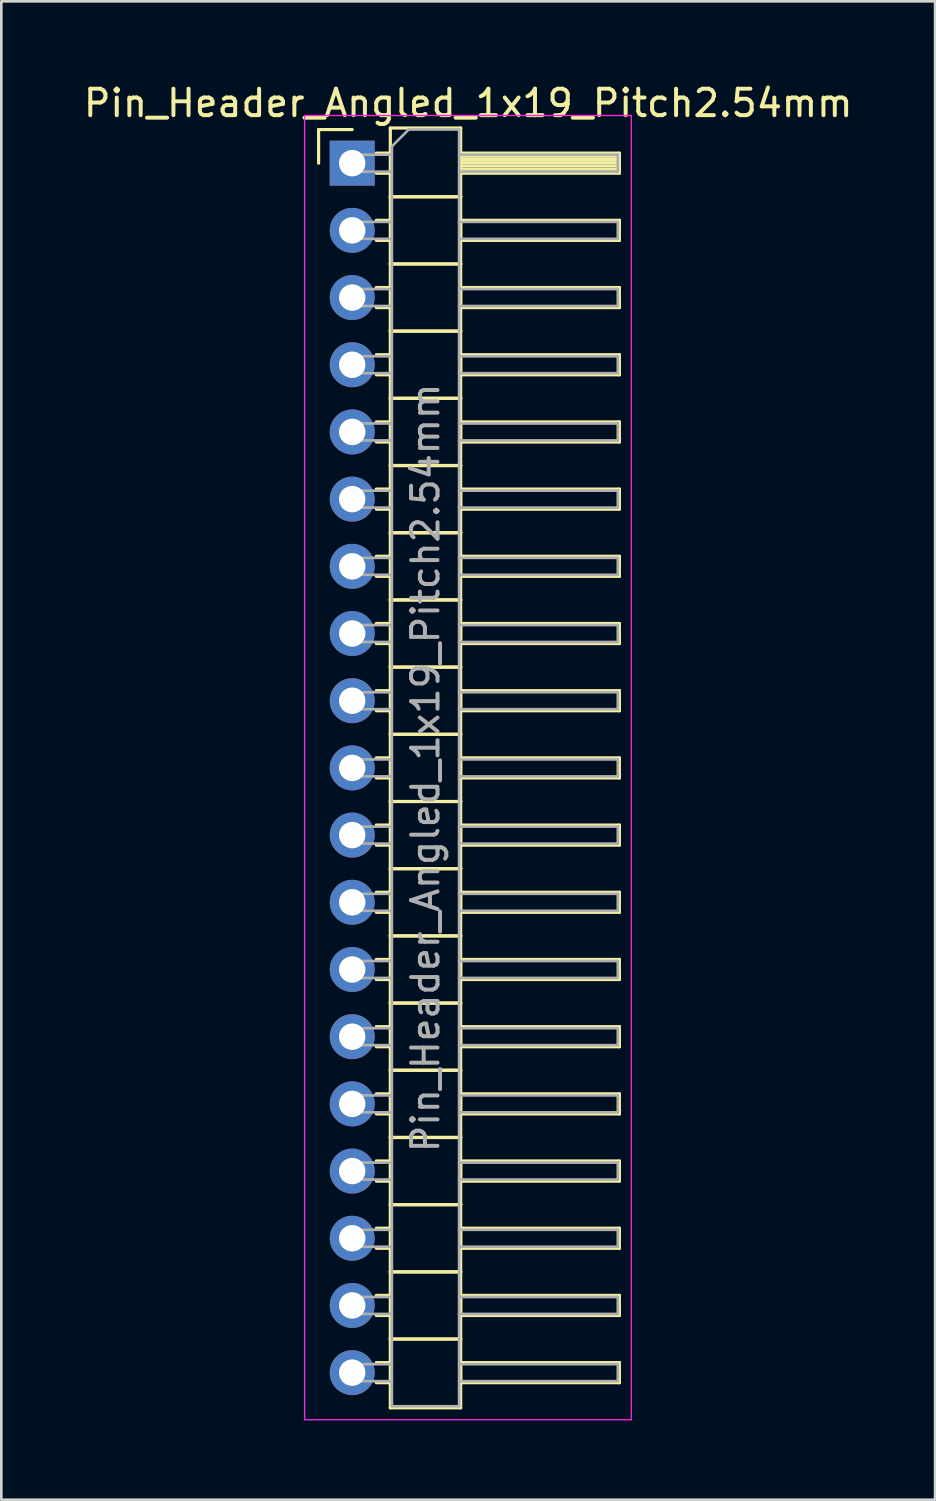
<source format=kicad_pcb>
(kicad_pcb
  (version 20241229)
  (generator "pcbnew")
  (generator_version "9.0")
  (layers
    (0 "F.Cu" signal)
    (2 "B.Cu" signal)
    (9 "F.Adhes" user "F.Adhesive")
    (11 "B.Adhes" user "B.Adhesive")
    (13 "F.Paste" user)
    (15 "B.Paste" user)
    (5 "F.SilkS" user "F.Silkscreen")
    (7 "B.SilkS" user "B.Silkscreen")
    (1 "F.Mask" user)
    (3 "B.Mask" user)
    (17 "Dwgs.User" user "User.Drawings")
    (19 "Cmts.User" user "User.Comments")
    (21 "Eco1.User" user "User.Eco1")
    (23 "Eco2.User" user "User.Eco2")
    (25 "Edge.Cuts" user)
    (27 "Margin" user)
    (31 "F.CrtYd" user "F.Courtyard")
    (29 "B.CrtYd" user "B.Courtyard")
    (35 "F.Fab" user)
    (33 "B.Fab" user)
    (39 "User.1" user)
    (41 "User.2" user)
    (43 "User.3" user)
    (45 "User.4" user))
  (footprint "Pin_Header_Angled_1x19_Pitch2.54mm"
    (layer "F.Cu")
    (at 10.264 3.118)
    (property "Reference" "Pin_Header_Angled_1x19_Pitch2.54mm" (at 4.385 -2.27 0) (layer "F.SilkS") (effects (font (size 1 1) (thickness 0.15))))
    (attr through_hole)
    (fp_line (start -1.27 -1.27) (end 0 -1.27) (stroke (width 0.12) (type solid)) (layer "F.SilkS"))
    (fp_line (start -1.27 0) (end -1.27 -1.27) (stroke (width 0.12) (type solid)) (layer "F.SilkS"))
    (fp_line (start 0.91 -0.38) (end 1.44 -0.38) (stroke (width 0.12) (type solid)) (layer "F.SilkS"))
    (fp_line (start 0.91 0.38) (end 1.44 0.38) (stroke (width 0.12) (type solid)) (layer "F.SilkS"))
    (fp_line (start 0.91 2.16) (end 1.44 2.16) (stroke (width 0.12) (type solid)) (layer "F.SilkS"))
    (fp_line (start 0.91 2.92) (end 1.44 2.92) (stroke (width 0.12) (type solid)) (layer "F.SilkS"))
    (fp_line (start 0.91 4.7) (end 1.44 4.7) (stroke (width 0.12) (type solid)) (layer "F.SilkS"))
    (fp_line (start 0.91 5.46) (end 1.44 5.46) (stroke (width 0.12) (type solid)) (layer "F.SilkS"))
    (fp_line (start 0.91 7.24) (end 1.44 7.24) (stroke (width 0.12) (type solid)) (layer "F.SilkS"))
    (fp_line (start 0.91 8) (end 1.44 8) (stroke (width 0.12) (type solid)) (layer "F.SilkS"))
    (fp_line (start 0.91 9.78) (end 1.44 9.78) (stroke (width 0.12) (type solid)) (layer "F.SilkS"))
    (fp_line (start 0.91 10.54) (end 1.44 10.54) (stroke (width 0.12) (type solid)) (layer "F.SilkS"))
    (fp_line (start 0.91 12.32) (end 1.44 12.32) (stroke (width 0.12) (type solid)) (layer "F.SilkS"))
    (fp_line (start 0.91 13.08) (end 1.44 13.08) (stroke (width 0.12) (type solid)) (layer "F.SilkS"))
    (fp_line (start 0.91 14.86) (end 1.44 14.86) (stroke (width 0.12) (type solid)) (layer "F.SilkS"))
    (fp_line (start 0.91 15.62) (end 1.44 15.62) (stroke (width 0.12) (type solid)) (layer "F.SilkS"))
    (fp_line (start 0.91 17.4) (end 1.44 17.4) (stroke (width 0.12) (type solid)) (layer "F.SilkS"))
    (fp_line (start 0.91 18.16) (end 1.44 18.16) (stroke (width 0.12) (type solid)) (layer "F.SilkS"))
    (fp_line (start 0.91 19.94) (end 1.44 19.94) (stroke (width 0.12) (type solid)) (layer "F.SilkS"))
    (fp_line (start 0.91 20.7) (end 1.44 20.7) (stroke (width 0.12) (type solid)) (layer "F.SilkS"))
    (fp_line (start 0.91 22.48) (end 1.44 22.48) (stroke (width 0.12) (type solid)) (layer "F.SilkS"))
    (fp_line (start 0.91 23.24) (end 1.44 23.24) (stroke (width 0.12) (type solid)) (layer "F.SilkS"))
    (fp_line (start 0.91 25.02) (end 1.44 25.02) (stroke (width 0.12) (type solid)) (layer "F.SilkS"))
    (fp_line (start 0.91 25.78) (end 1.44 25.78) (stroke (width 0.12) (type solid)) (layer "F.SilkS"))
    (fp_line (start 0.91 27.56) (end 1.44 27.56) (stroke (width 0.12) (type solid)) (layer "F.SilkS"))
    (fp_line (start 0.91 28.32) (end 1.44 28.32) (stroke (width 0.12) (type solid)) (layer "F.SilkS"))
    (fp_line (start 0.91 30.1) (end 1.44 30.1) (stroke (width 0.12) (type solid)) (layer "F.SilkS"))
    (fp_line (start 0.91 30.86) (end 1.44 30.86) (stroke (width 0.12) (type solid)) (layer "F.SilkS"))
    (fp_line (start 0.91 32.64) (end 1.44 32.64) (stroke (width 0.12) (type solid)) (layer "F.SilkS"))
    (fp_line (start 0.91 33.4) (end 1.44 33.4) (stroke (width 0.12) (type solid)) (layer "F.SilkS"))
    (fp_line (start 0.91 35.18) (end 1.44 35.18) (stroke (width 0.12) (type solid)) (layer "F.SilkS"))
    (fp_line (start 0.91 35.94) (end 1.44 35.94) (stroke (width 0.12) (type solid)) (layer "F.SilkS"))
    (fp_line (start 0.91 37.72) (end 1.44 37.72) (stroke (width 0.12) (type solid)) (layer "F.SilkS"))
    (fp_line (start 0.91 38.48) (end 1.44 38.48) (stroke (width 0.12) (type solid)) (layer "F.SilkS"))
    (fp_line (start 0.91 40.26) (end 1.44 40.26) (stroke (width 0.12) (type solid)) (layer "F.SilkS"))
    (fp_line (start 0.91 41.02) (end 1.44 41.02) (stroke (width 0.12) (type solid)) (layer "F.SilkS"))
    (fp_line (start 0.91 42.8) (end 1.44 42.8) (stroke (width 0.12) (type solid)) (layer "F.SilkS"))
    (fp_line (start 0.91 43.56) (end 1.44 43.56) (stroke (width 0.12) (type solid)) (layer "F.SilkS"))
    (fp_line (start 0.91 45.34) (end 1.44 45.34) (stroke (width 0.12) (type solid)) (layer "F.SilkS"))
    (fp_line (start 0.91 46.1) (end 1.44 46.1) (stroke (width 0.12) (type solid)) (layer "F.SilkS"))
    (fp_line (start 1.44 -1.33) (end 1.44 1.27) (stroke (width 0.12) (type solid)) (layer "F.SilkS"))
    (fp_line (start 1.44 1.27) (end 1.44 3.81) (stroke (width 0.12) (type solid)) (layer "F.SilkS"))
    (fp_line (start 1.44 1.27) (end 4.1 1.27) (stroke (width 0.12) (type solid)) (layer "F.SilkS"))
    (fp_line (start 1.44 3.81) (end 1.44 6.35) (stroke (width 0.12) (type solid)) (layer "F.SilkS"))
    (fp_line (start 1.44 3.81) (end 4.1 3.81) (stroke (width 0.12) (type solid)) (layer "F.SilkS"))
    (fp_line (start 1.44 6.35) (end 1.44 8.89) (stroke (width 0.12) (type solid)) (layer "F.SilkS"))
    (fp_line (start 1.44 6.35) (end 4.1 6.35) (stroke (width 0.12) (type solid)) (layer "F.SilkS"))
    (fp_line (start 1.44 8.89) (end 1.44 11.43) (stroke (width 0.12) (type solid)) (layer "F.SilkS"))
    (fp_line (start 1.44 8.89) (end 4.1 8.89) (stroke (width 0.12) (type solid)) (layer "F.SilkS"))
    (fp_line (start 1.44 11.43) (end 1.44 13.97) (stroke (width 0.12) (type solid)) (layer "F.SilkS"))
    (fp_line (start 1.44 11.43) (end 4.1 11.43) (stroke (width 0.12) (type solid)) (layer "F.SilkS"))
    (fp_line (start 1.44 13.97) (end 1.44 16.51) (stroke (width 0.12) (type solid)) (layer "F.SilkS"))
    (fp_line (start 1.44 13.97) (end 4.1 13.97) (stroke (width 0.12) (type solid)) (layer "F.SilkS"))
    (fp_line (start 1.44 16.51) (end 1.44 19.05) (stroke (width 0.12) (type solid)) (layer "F.SilkS"))
    (fp_line (start 1.44 16.51) (end 4.1 16.51) (stroke (width 0.12) (type solid)) (layer "F.SilkS"))
    (fp_line (start 1.44 19.05) (end 1.44 21.59) (stroke (width 0.12) (type solid)) (layer "F.SilkS"))
    (fp_line (start 1.44 19.05) (end 4.1 19.05) (stroke (width 0.12) (type solid)) (layer "F.SilkS"))
    (fp_line (start 1.44 21.59) (end 1.44 24.13) (stroke (width 0.12) (type solid)) (layer "F.SilkS"))
    (fp_line (start 1.44 21.59) (end 4.1 21.59) (stroke (width 0.12) (type solid)) (layer "F.SilkS"))
    (fp_line (start 1.44 24.13) (end 1.44 26.67) (stroke (width 0.12) (type solid)) (layer "F.SilkS"))
    (fp_line (start 1.44 24.13) (end 4.1 24.13) (stroke (width 0.12) (type solid)) (layer "F.SilkS"))
    (fp_line (start 1.44 26.67) (end 1.44 29.21) (stroke (width 0.12) (type solid)) (layer "F.SilkS"))
    (fp_line (start 1.44 26.67) (end 4.1 26.67) (stroke (width 0.12) (type solid)) (layer "F.SilkS"))
    (fp_line (start 1.44 29.21) (end 1.44 31.75) (stroke (width 0.12) (type solid)) (layer "F.SilkS"))
    (fp_line (start 1.44 29.21) (end 4.1 29.21) (stroke (width 0.12) (type solid)) (layer "F.SilkS"))
    (fp_line (start 1.44 31.75) (end 1.44 34.29) (stroke (width 0.12) (type solid)) (layer "F.SilkS"))
    (fp_line (start 1.44 31.75) (end 4.1 31.75) (stroke (width 0.12) (type solid)) (layer "F.SilkS"))
    (fp_line (start 1.44 34.29) (end 1.44 36.83) (stroke (width 0.12) (type solid)) (layer "F.SilkS"))
    (fp_line (start 1.44 34.29) (end 4.1 34.29) (stroke (width 0.12) (type solid)) (layer "F.SilkS"))
    (fp_line (start 1.44 36.83) (end 1.44 39.37) (stroke (width 0.12) (type solid)) (layer "F.SilkS"))
    (fp_line (start 1.44 36.83) (end 4.1 36.83) (stroke (width 0.12) (type solid)) (layer "F.SilkS"))
    (fp_line (start 1.44 39.37) (end 1.44 41.91) (stroke (width 0.12) (type solid)) (layer "F.SilkS"))
    (fp_line (start 1.44 39.37) (end 4.1 39.37) (stroke (width 0.12) (type solid)) (layer "F.SilkS"))
    (fp_line (start 1.44 41.91) (end 1.44 44.45) (stroke (width 0.12) (type solid)) (layer "F.SilkS"))
    (fp_line (start 1.44 41.91) (end 4.1 41.91) (stroke (width 0.12) (type solid)) (layer "F.SilkS"))
    (fp_line (start 1.44 44.45) (end 1.44 47.05) (stroke (width 0.12) (type solid)) (layer "F.SilkS"))
    (fp_line (start 1.44 44.45) (end 4.1 44.45) (stroke (width 0.12) (type solid)) (layer "F.SilkS"))
    (fp_line (start 1.44 47.05) (end 4.1 47.05) (stroke (width 0.12) (type solid)) (layer "F.SilkS"))
    (fp_line (start 4.1 -1.33) (end 1.44 -1.33) (stroke (width 0.12) (type solid)) (layer "F.SilkS"))
    (fp_line (start 4.1 -0.38) (end 4.1 0.38) (stroke (width 0.12) (type solid)) (layer "F.SilkS"))
    (fp_line (start 4.1 -0.26) (end 10.1 -0.26) (stroke (width 0.12) (type solid)) (layer "F.SilkS"))
    (fp_line (start 4.1 -0.14) (end 10.1 -0.14) (stroke (width 0.12) (type solid)) (layer "F.SilkS"))
    (fp_line (start 4.1 -0.02) (end 10.1 -0.02) (stroke (width 0.12) (type solid)) (layer "F.SilkS"))
    (fp_line (start 4.1 0.1) (end 10.1 0.1) (stroke (width 0.12) (type solid)) (layer "F.SilkS"))
    (fp_line (start 4.1 0.22) (end 10.1 0.22) (stroke (width 0.12) (type solid)) (layer "F.SilkS"))
    (fp_line (start 4.1 0.34) (end 10.1 0.34) (stroke (width 0.12) (type solid)) (layer "F.SilkS"))
    (fp_line (start 4.1 0.38) (end 10.1 0.38) (stroke (width 0.12) (type solid)) (layer "F.SilkS"))
    (fp_line (start 4.1 1.27) (end 1.44 1.27) (stroke (width 0.12) (type solid)) (layer "F.SilkS"))
    (fp_line (start 4.1 1.27) (end 4.1 -1.33) (stroke (width 0.12) (type solid)) (layer "F.SilkS"))
    (fp_line (start 4.1 2.16) (end 4.1 2.92) (stroke (width 0.12) (type solid)) (layer "F.SilkS"))
    (fp_line (start 4.1 2.92) (end 10.1 2.92) (stroke (width 0.12) (type solid)) (layer "F.SilkS"))
    (fp_line (start 4.1 3.81) (end 1.44 3.81) (stroke (width 0.12) (type solid)) (layer "F.SilkS"))
    (fp_line (start 4.1 3.81) (end 4.1 1.27) (stroke (width 0.12) (type solid)) (layer "F.SilkS"))
    (fp_line (start 4.1 4.7) (end 4.1 5.46) (stroke (width 0.12) (type solid)) (layer "F.SilkS"))
    (fp_line (start 4.1 5.46) (end 10.1 5.46) (stroke (width 0.12) (type solid)) (layer "F.SilkS"))
    (fp_line (start 4.1 6.35) (end 1.44 6.35) (stroke (width 0.12) (type solid)) (layer "F.SilkS"))
    (fp_line (start 4.1 6.35) (end 4.1 3.81) (stroke (width 0.12) (type solid)) (layer "F.SilkS"))
    (fp_line (start 4.1 7.24) (end 4.1 8) (stroke (width 0.12) (type solid)) (layer "F.SilkS"))
    (fp_line (start 4.1 8) (end 10.1 8) (stroke (width 0.12) (type solid)) (layer "F.SilkS"))
    (fp_line (start 4.1 8.89) (end 1.44 8.89) (stroke (width 0.12) (type solid)) (layer "F.SilkS"))
    (fp_line (start 4.1 8.89) (end 4.1 6.35) (stroke (width 0.12) (type solid)) (layer "F.SilkS"))
    (fp_line (start 4.1 9.78) (end 4.1 10.54) (stroke (width 0.12) (type solid)) (layer "F.SilkS"))
    (fp_line (start 4.1 10.54) (end 10.1 10.54) (stroke (width 0.12) (type solid)) (layer "F.SilkS"))
    (fp_line (start 4.1 11.43) (end 1.44 11.43) (stroke (width 0.12) (type solid)) (layer "F.SilkS"))
    (fp_line (start 4.1 11.43) (end 4.1 8.89) (stroke (width 0.12) (type solid)) (layer "F.SilkS"))
    (fp_line (start 4.1 12.32) (end 4.1 13.08) (stroke (width 0.12) (type solid)) (layer "F.SilkS"))
    (fp_line (start 4.1 13.08) (end 10.1 13.08) (stroke (width 0.12) (type solid)) (layer "F.SilkS"))
    (fp_line (start 4.1 13.97) (end 1.44 13.97) (stroke (width 0.12) (type solid)) (layer "F.SilkS"))
    (fp_line (start 4.1 13.97) (end 4.1 11.43) (stroke (width 0.12) (type solid)) (layer "F.SilkS"))
    (fp_line (start 4.1 14.86) (end 4.1 15.62) (stroke (width 0.12) (type solid)) (layer "F.SilkS"))
    (fp_line (start 4.1 15.62) (end 10.1 15.62) (stroke (width 0.12) (type solid)) (layer "F.SilkS"))
    (fp_line (start 4.1 16.51) (end 1.44 16.51) (stroke (width 0.12) (type solid)) (layer "F.SilkS"))
    (fp_line (start 4.1 16.51) (end 4.1 13.97) (stroke (width 0.12) (type solid)) (layer "F.SilkS"))
    (fp_line (start 4.1 17.4) (end 4.1 18.16) (stroke (width 0.12) (type solid)) (layer "F.SilkS"))
    (fp_line (start 4.1 18.16) (end 10.1 18.16) (stroke (width 0.12) (type solid)) (layer "F.SilkS"))
    (fp_line (start 4.1 19.05) (end 1.44 19.05) (stroke (width 0.12) (type solid)) (layer "F.SilkS"))
    (fp_line (start 4.1 19.05) (end 4.1 16.51) (stroke (width 0.12) (type solid)) (layer "F.SilkS"))
    (fp_line (start 4.1 19.94) (end 4.1 20.7) (stroke (width 0.12) (type solid)) (layer "F.SilkS"))
    (fp_line (start 4.1 20.7) (end 10.1 20.7) (stroke (width 0.12) (type solid)) (layer "F.SilkS"))
    (fp_line (start 4.1 21.59) (end 1.44 21.59) (stroke (width 0.12) (type solid)) (layer "F.SilkS"))
    (fp_line (start 4.1 21.59) (end 4.1 19.05) (stroke (width 0.12) (type solid)) (layer "F.SilkS"))
    (fp_line (start 4.1 22.48) (end 4.1 23.24) (stroke (width 0.12) (type solid)) (layer "F.SilkS"))
    (fp_line (start 4.1 23.24) (end 10.1 23.24) (stroke (width 0.12) (type solid)) (layer "F.SilkS"))
    (fp_line (start 4.1 24.13) (end 1.44 24.13) (stroke (width 0.12) (type solid)) (layer "F.SilkS"))
    (fp_line (start 4.1 24.13) (end 4.1 21.59) (stroke (width 0.12) (type solid)) (layer "F.SilkS"))
    (fp_line (start 4.1 25.02) (end 4.1 25.78) (stroke (width 0.12) (type solid)) (layer "F.SilkS"))
    (fp_line (start 4.1 25.78) (end 10.1 25.78) (stroke (width 0.12) (type solid)) (layer "F.SilkS"))
    (fp_line (start 4.1 26.67) (end 1.44 26.67) (stroke (width 0.12) (type solid)) (layer "F.SilkS"))
    (fp_line (start 4.1 26.67) (end 4.1 24.13) (stroke (width 0.12) (type solid)) (layer "F.SilkS"))
    (fp_line (start 4.1 27.56) (end 4.1 28.32) (stroke (width 0.12) (type solid)) (layer "F.SilkS"))
    (fp_line (start 4.1 28.32) (end 10.1 28.32) (stroke (width 0.12) (type solid)) (layer "F.SilkS"))
    (fp_line (start 4.1 29.21) (end 1.44 29.21) (stroke (width 0.12) (type solid)) (layer "F.SilkS"))
    (fp_line (start 4.1 29.21) (end 4.1 26.67) (stroke (width 0.12) (type solid)) (layer "F.SilkS"))
    (fp_line (start 4.1 30.1) (end 4.1 30.86) (stroke (width 0.12) (type solid)) (layer "F.SilkS"))
    (fp_line (start 4.1 30.86) (end 10.1 30.86) (stroke (width 0.12) (type solid)) (layer "F.SilkS"))
    (fp_line (start 4.1 31.75) (end 1.44 31.75) (stroke (width 0.12) (type solid)) (layer "F.SilkS"))
    (fp_line (start 4.1 31.75) (end 4.1 29.21) (stroke (width 0.12) (type solid)) (layer "F.SilkS"))
    (fp_line (start 4.1 32.64) (end 4.1 33.4) (stroke (width 0.12) (type solid)) (layer "F.SilkS"))
    (fp_line (start 4.1 33.4) (end 10.1 33.4) (stroke (width 0.12) (type solid)) (layer "F.SilkS"))
    (fp_line (start 4.1 34.29) (end 1.44 34.29) (stroke (width 0.12) (type solid)) (layer "F.SilkS"))
    (fp_line (start 4.1 34.29) (end 4.1 31.75) (stroke (width 0.12) (type solid)) (layer "F.SilkS"))
    (fp_line (start 4.1 35.18) (end 4.1 35.94) (stroke (width 0.12) (type solid)) (layer "F.SilkS"))
    (fp_line (start 4.1 35.94) (end 10.1 35.94) (stroke (width 0.12) (type solid)) (layer "F.SilkS"))
    (fp_line (start 4.1 36.83) (end 1.44 36.83) (stroke (width 0.12) (type solid)) (layer "F.SilkS"))
    (fp_line (start 4.1 36.83) (end 4.1 34.29) (stroke (width 0.12) (type solid)) (layer "F.SilkS"))
    (fp_line (start 4.1 37.72) (end 4.1 38.48) (stroke (width 0.12) (type solid)) (layer "F.SilkS"))
    (fp_line (start 4.1 38.48) (end 10.1 38.48) (stroke (width 0.12) (type solid)) (layer "F.SilkS"))
    (fp_line (start 4.1 39.37) (end 1.44 39.37) (stroke (width 0.12) (type solid)) (layer "F.SilkS"))
    (fp_line (start 4.1 39.37) (end 4.1 36.83) (stroke (width 0.12) (type solid)) (layer "F.SilkS"))
    (fp_line (start 4.1 40.26) (end 4.1 41.02) (stroke (width 0.12) (type solid)) (layer "F.SilkS"))
    (fp_line (start 4.1 41.02) (end 10.1 41.02) (stroke (width 0.12) (type solid)) (layer "F.SilkS"))
    (fp_line (start 4.1 41.91) (end 1.44 41.91) (stroke (width 0.12) (type solid)) (layer "F.SilkS"))
    (fp_line (start 4.1 41.91) (end 4.1 39.37) (stroke (width 0.12) (type solid)) (layer "F.SilkS"))
    (fp_line (start 4.1 42.8) (end 4.1 43.56) (stroke (width 0.12) (type solid)) (layer "F.SilkS"))
    (fp_line (start 4.1 43.56) (end 10.1 43.56) (stroke (width 0.12) (type solid)) (layer "F.SilkS"))
    (fp_line (start 4.1 44.45) (end 1.44 44.45) (stroke (width 0.12) (type solid)) (layer "F.SilkS"))
    (fp_line (start 4.1 44.45) (end 4.1 41.91) (stroke (width 0.12) (type solid)) (layer "F.SilkS"))
    (fp_line (start 4.1 45.34) (end 4.1 46.1) (stroke (width 0.12) (type solid)) (layer "F.SilkS"))
    (fp_line (start 4.1 46.1) (end 10.1 46.1) (stroke (width 0.12) (type solid)) (layer "F.SilkS"))
    (fp_line (start 4.1 47.05) (end 4.1 44.45) (stroke (width 0.12) (type solid)) (layer "F.SilkS"))
    (fp_line (start 10.1 -0.38) (end 4.1 -0.38) (stroke (width 0.12) (type solid)) (layer "F.SilkS"))
    (fp_line (start 10.1 0.38) (end 10.1 -0.38) (stroke (width 0.12) (type solid)) (layer "F.SilkS"))
    (fp_line (start 10.1 2.16) (end 4.1 2.16) (stroke (width 0.12) (type solid)) (layer "F.SilkS"))
    (fp_line (start 10.1 2.92) (end 10.1 2.16) (stroke (width 0.12) (type solid)) (layer "F.SilkS"))
    (fp_line (start 10.1 4.7) (end 4.1 4.7) (stroke (width 0.12) (type solid)) (layer "F.SilkS"))
    (fp_line (start 10.1 5.46) (end 10.1 4.7) (stroke (width 0.12) (type solid)) (layer "F.SilkS"))
    (fp_line (start 10.1 7.24) (end 4.1 7.24) (stroke (width 0.12) (type solid)) (layer "F.SilkS"))
    (fp_line (start 10.1 8) (end 10.1 7.24) (stroke (width 0.12) (type solid)) (layer "F.SilkS"))
    (fp_line (start 10.1 9.78) (end 4.1 9.78) (stroke (width 0.12) (type solid)) (layer "F.SilkS"))
    (fp_line (start 10.1 10.54) (end 10.1 9.78) (stroke (width 0.12) (type solid)) (layer "F.SilkS"))
    (fp_line (start 10.1 12.32) (end 4.1 12.32) (stroke (width 0.12) (type solid)) (layer "F.SilkS"))
    (fp_line (start 10.1 13.08) (end 10.1 12.32) (stroke (width 0.12) (type solid)) (layer "F.SilkS"))
    (fp_line (start 10.1 14.86) (end 4.1 14.86) (stroke (width 0.12) (type solid)) (layer "F.SilkS"))
    (fp_line (start 10.1 15.62) (end 10.1 14.86) (stroke (width 0.12) (type solid)) (layer "F.SilkS"))
    (fp_line (start 10.1 17.4) (end 4.1 17.4) (stroke (width 0.12) (type solid)) (layer "F.SilkS"))
    (fp_line (start 10.1 18.16) (end 10.1 17.4) (stroke (width 0.12) (type solid)) (layer "F.SilkS"))
    (fp_line (start 10.1 19.94) (end 4.1 19.94) (stroke (width 0.12) (type solid)) (layer "F.SilkS"))
    (fp_line (start 10.1 20.7) (end 10.1 19.94) (stroke (width 0.12) (type solid)) (layer "F.SilkS"))
    (fp_line (start 10.1 22.48) (end 4.1 22.48) (stroke (width 0.12) (type solid)) (layer "F.SilkS"))
    (fp_line (start 10.1 23.24) (end 10.1 22.48) (stroke (width 0.12) (type solid)) (layer "F.SilkS"))
    (fp_line (start 10.1 25.02) (end 4.1 25.02) (stroke (width 0.12) (type solid)) (layer "F.SilkS"))
    (fp_line (start 10.1 25.78) (end 10.1 25.02) (stroke (width 0.12) (type solid)) (layer "F.SilkS"))
    (fp_line (start 10.1 27.56) (end 4.1 27.56) (stroke (width 0.12) (type solid)) (layer "F.SilkS"))
    (fp_line (start 10.1 28.32) (end 10.1 27.56) (stroke (width 0.12) (type solid)) (layer "F.SilkS"))
    (fp_line (start 10.1 30.1) (end 4.1 30.1) (stroke (width 0.12) (type solid)) (layer "F.SilkS"))
    (fp_line (start 10.1 30.86) (end 10.1 30.1) (stroke (width 0.12) (type solid)) (layer "F.SilkS"))
    (fp_line (start 10.1 32.64) (end 4.1 32.64) (stroke (width 0.12) (type solid)) (layer "F.SilkS"))
    (fp_line (start 10.1 33.4) (end 10.1 32.64) (stroke (width 0.12) (type solid)) (layer "F.SilkS"))
    (fp_line (start 10.1 35.18) (end 4.1 35.18) (stroke (width 0.12) (type solid)) (layer "F.SilkS"))
    (fp_line (start 10.1 35.94) (end 10.1 35.18) (stroke (width 0.12) (type solid)) (layer "F.SilkS"))
    (fp_line (start 10.1 37.72) (end 4.1 37.72) (stroke (width 0.12) (type solid)) (layer "F.SilkS"))
    (fp_line (start 10.1 38.48) (end 10.1 37.72) (stroke (width 0.12) (type solid)) (layer "F.SilkS"))
    (fp_line (start 10.1 40.26) (end 4.1 40.26) (stroke (width 0.12) (type solid)) (layer "F.SilkS"))
    (fp_line (start 10.1 41.02) (end 10.1 40.26) (stroke (width 0.12) (type solid)) (layer "F.SilkS"))
    (fp_line (start 10.1 42.8) (end 4.1 42.8) (stroke (width 0.12) (type solid)) (layer "F.SilkS"))
    (fp_line (start 10.1 43.56) (end 10.1 42.8) (stroke (width 0.12) (type solid)) (layer "F.SilkS"))
    (fp_line (start 10.1 45.34) (end 4.1 45.34) (stroke (width 0.12) (type solid)) (layer "F.SilkS"))
    (fp_line (start 10.1 46.1) (end 10.1 45.34) (stroke (width 0.12) (type solid)) (layer "F.SilkS"))
    (fp_line (start -1.8 -1.8) (end -1.8 47.5) (stroke (width 0.05) (type solid)) (layer "F.CrtYd"))
    (fp_line (start -1.8 47.5) (end 10.55 47.5) (stroke (width 0.05) (type solid)) (layer "F.CrtYd"))
    (fp_line (start 10.55 -1.8) (end -1.8 -1.8) (stroke (width 0.05) (type solid)) (layer "F.CrtYd"))
    (fp_line (start 10.55 47.5) (end 10.55 -1.8) (stroke (width 0.05) (type solid)) (layer "F.CrtYd"))
    (fp_line (start -0.32 -0.32) (end -0.32 0.32) (stroke (width 0.1) (type solid)) (layer "F.Fab"))
    (fp_line (start -0.32 -0.32) (end 1.5 -0.32) (stroke (width 0.1) (type solid)) (layer "F.Fab"))
    (fp_line (start -0.32 0.32) (end 1.5 0.32) (stroke (width 0.1) (type solid)) (layer "F.Fab"))
    (fp_line (start -0.32 2.22) (end -0.32 2.86) (stroke (width 0.1) (type solid)) (layer "F.Fab"))
    (fp_line (start -0.32 2.22) (end 1.5 2.22) (stroke (width 0.1) (type solid)) (layer "F.Fab"))
    (fp_line (start -0.32 2.86) (end 1.5 2.86) (stroke (width 0.1) (type solid)) (layer "F.Fab"))
    (fp_line (start -0.32 4.76) (end -0.32 5.4) (stroke (width 0.1) (type solid)) (layer "F.Fab"))
    (fp_line (start -0.32 4.76) (end 1.5 4.76) (stroke (width 0.1) (type solid)) (layer "F.Fab"))
    (fp_line (start -0.32 5.4) (end 1.5 5.4) (stroke (width 0.1) (type solid)) (layer "F.Fab"))
    (fp_line (start -0.32 7.3) (end -0.32 7.94) (stroke (width 0.1) (type solid)) (layer "F.Fab"))
    (fp_line (start -0.32 7.3) (end 1.5 7.3) (stroke (width 0.1) (type solid)) (layer "F.Fab"))
    (fp_line (start -0.32 7.94) (end 1.5 7.94) (stroke (width 0.1) (type solid)) (layer "F.Fab"))
    (fp_line (start -0.32 9.84) (end -0.32 10.48) (stroke (width 0.1) (type solid)) (layer "F.Fab"))
    (fp_line (start -0.32 9.84) (end 1.5 9.84) (stroke (width 0.1) (type solid)) (layer "F.Fab"))
    (fp_line (start -0.32 10.48) (end 1.5 10.48) (stroke (width 0.1) (type solid)) (layer "F.Fab"))
    (fp_line (start -0.32 12.38) (end -0.32 13.02) (stroke (width 0.1) (type solid)) (layer "F.Fab"))
    (fp_line (start -0.32 12.38) (end 1.5 12.38) (stroke (width 0.1) (type solid)) (layer "F.Fab"))
    (fp_line (start -0.32 13.02) (end 1.5 13.02) (stroke (width 0.1) (type solid)) (layer "F.Fab"))
    (fp_line (start -0.32 14.92) (end -0.32 15.56) (stroke (width 0.1) (type solid)) (layer "F.Fab"))
    (fp_line (start -0.32 14.92) (end 1.5 14.92) (stroke (width 0.1) (type solid)) (layer "F.Fab"))
    (fp_line (start -0.32 15.56) (end 1.5 15.56) (stroke (width 0.1) (type solid)) (layer "F.Fab"))
    (fp_line (start -0.32 17.46) (end -0.32 18.1) (stroke (width 0.1) (type solid)) (layer "F.Fab"))
    (fp_line (start -0.32 17.46) (end 1.5 17.46) (stroke (width 0.1) (type solid)) (layer "F.Fab"))
    (fp_line (start -0.32 18.1) (end 1.5 18.1) (stroke (width 0.1) (type solid)) (layer "F.Fab"))
    (fp_line (start -0.32 20) (end -0.32 20.64) (stroke (width 0.1) (type solid)) (layer "F.Fab"))
    (fp_line (start -0.32 20) (end 1.5 20) (stroke (width 0.1) (type solid)) (layer "F.Fab"))
    (fp_line (start -0.32 20.64) (end 1.5 20.64) (stroke (width 0.1) (type solid)) (layer "F.Fab"))
    (fp_line (start -0.32 22.54) (end -0.32 23.18) (stroke (width 0.1) (type solid)) (layer "F.Fab"))
    (fp_line (start -0.32 22.54) (end 1.5 22.54) (stroke (width 0.1) (type solid)) (layer "F.Fab"))
    (fp_line (start -0.32 23.18) (end 1.5 23.18) (stroke (width 0.1) (type solid)) (layer "F.Fab"))
    (fp_line (start -0.32 25.08) (end -0.32 25.72) (stroke (width 0.1) (type solid)) (layer "F.Fab"))
    (fp_line (start -0.32 25.08) (end 1.5 25.08) (stroke (width 0.1) (type solid)) (layer "F.Fab"))
    (fp_line (start -0.32 25.72) (end 1.5 25.72) (stroke (width 0.1) (type solid)) (layer "F.Fab"))
    (fp_line (start -0.32 27.62) (end -0.32 28.26) (stroke (width 0.1) (type solid)) (layer "F.Fab"))
    (fp_line (start -0.32 27.62) (end 1.5 27.62) (stroke (width 0.1) (type solid)) (layer "F.Fab"))
    (fp_line (start -0.32 28.26) (end 1.5 28.26) (stroke (width 0.1) (type solid)) (layer "F.Fab"))
    (fp_line (start -0.32 30.16) (end -0.32 30.8) (stroke (width 0.1) (type solid)) (layer "F.Fab"))
    (fp_line (start -0.32 30.16) (end 1.5 30.16) (stroke (width 0.1) (type solid)) (layer "F.Fab"))
    (fp_line (start -0.32 30.8) (end 1.5 30.8) (stroke (width 0.1) (type solid)) (layer "F.Fab"))
    (fp_line (start -0.32 32.7) (end -0.32 33.34) (stroke (width 0.1) (type solid)) (layer "F.Fab"))
    (fp_line (start -0.32 32.7) (end 1.5 32.7) (stroke (width 0.1) (type solid)) (layer "F.Fab"))
    (fp_line (start -0.32 33.34) (end 1.5 33.34) (stroke (width 0.1) (type solid)) (layer "F.Fab"))
    (fp_line (start -0.32 35.24) (end -0.32 35.88) (stroke (width 0.1) (type solid)) (layer "F.Fab"))
    (fp_line (start -0.32 35.24) (end 1.5 35.24) (stroke (width 0.1) (type solid)) (layer "F.Fab"))
    (fp_line (start -0.32 35.88) (end 1.5 35.88) (stroke (width 0.1) (type solid)) (layer "F.Fab"))
    (fp_line (start -0.32 37.78) (end -0.32 38.42) (stroke (width 0.1) (type solid)) (layer "F.Fab"))
    (fp_line (start -0.32 37.78) (end 1.5 37.78) (stroke (width 0.1) (type solid)) (layer "F.Fab"))
    (fp_line (start -0.32 38.42) (end 1.5 38.42) (stroke (width 0.1) (type solid)) (layer "F.Fab"))
    (fp_line (start -0.32 40.32) (end -0.32 40.96) (stroke (width 0.1) (type solid)) (layer "F.Fab"))
    (fp_line (start -0.32 40.32) (end 1.5 40.32) (stroke (width 0.1) (type solid)) (layer "F.Fab"))
    (fp_line (start -0.32 40.96) (end 1.5 40.96) (stroke (width 0.1) (type solid)) (layer "F.Fab"))
    (fp_line (start -0.32 42.86) (end -0.32 43.5) (stroke (width 0.1) (type solid)) (layer "F.Fab"))
    (fp_line (start -0.32 42.86) (end 1.5 42.86) (stroke (width 0.1) (type solid)) (layer "F.Fab"))
    (fp_line (start -0.32 43.5) (end 1.5 43.5) (stroke (width 0.1) (type solid)) (layer "F.Fab"))
    (fp_line (start -0.32 45.4) (end -0.32 46.04) (stroke (width 0.1) (type solid)) (layer "F.Fab"))
    (fp_line (start -0.32 45.4) (end 1.5 45.4) (stroke (width 0.1) (type solid)) (layer "F.Fab"))
    (fp_line (start -0.32 46.04) (end 1.5 46.04) (stroke (width 0.1) (type solid)) (layer "F.Fab"))
    (fp_line (start 1.5 -0.635) (end 2.135 -1.27) (stroke (width 0.1) (type solid)) (layer "F.Fab"))
    (fp_line (start 1.5 46.99) (end 1.5 -0.635) (stroke (width 0.1) (type solid)) (layer "F.Fab"))
    (fp_line (start 2.135 -1.27) (end 4.04 -1.27) (stroke (width 0.1) (type solid)) (layer "F.Fab"))
    (fp_line (start 4.04 -1.27) (end 4.04 46.99) (stroke (width 0.1) (type solid)) (layer "F.Fab"))
    (fp_line (start 4.04 -0.32) (end 10.04 -0.32) (stroke (width 0.1) (type solid)) (layer "F.Fab"))
    (fp_line (start 4.04 0.32) (end 10.04 0.32) (stroke (width 0.1) (type solid)) (layer "F.Fab"))
    (fp_line (start 4.04 2.22) (end 10.04 2.22) (stroke (width 0.1) (type solid)) (layer "F.Fab"))
    (fp_line (start 4.04 2.86) (end 10.04 2.86) (stroke (width 0.1) (type solid)) (layer "F.Fab"))
    (fp_line (start 4.04 4.76) (end 10.04 4.76) (stroke (width 0.1) (type solid)) (layer "F.Fab"))
    (fp_line (start 4.04 5.4) (end 10.04 5.4) (stroke (width 0.1) (type solid)) (layer "F.Fab"))
    (fp_line (start 4.04 7.3) (end 10.04 7.3) (stroke (width 0.1) (type solid)) (layer "F.Fab"))
    (fp_line (start 4.04 7.94) (end 10.04 7.94) (stroke (width 0.1) (type solid)) (layer "F.Fab"))
    (fp_line (start 4.04 9.84) (end 10.04 9.84) (stroke (width 0.1) (type solid)) (layer "F.Fab"))
    (fp_line (start 4.04 10.48) (end 10.04 10.48) (stroke (width 0.1) (type solid)) (layer "F.Fab"))
    (fp_line (start 4.04 12.38) (end 10.04 12.38) (stroke (width 0.1) (type solid)) (layer "F.Fab"))
    (fp_line (start 4.04 13.02) (end 10.04 13.02) (stroke (width 0.1) (type solid)) (layer "F.Fab"))
    (fp_line (start 4.04 14.92) (end 10.04 14.92) (stroke (width 0.1) (type solid)) (layer "F.Fab"))
    (fp_line (start 4.04 15.56) (end 10.04 15.56) (stroke (width 0.1) (type solid)) (layer "F.Fab"))
    (fp_line (start 4.04 17.46) (end 10.04 17.46) (stroke (width 0.1) (type solid)) (layer "F.Fab"))
    (fp_line (start 4.04 18.1) (end 10.04 18.1) (stroke (width 0.1) (type solid)) (layer "F.Fab"))
    (fp_line (start 4.04 20) (end 10.04 20) (stroke (width 0.1) (type solid)) (layer "F.Fab"))
    (fp_line (start 4.04 20.64) (end 10.04 20.64) (stroke (width 0.1) (type solid)) (layer "F.Fab"))
    (fp_line (start 4.04 22.54) (end 10.04 22.54) (stroke (width 0.1) (type solid)) (layer "F.Fab"))
    (fp_line (start 4.04 23.18) (end 10.04 23.18) (stroke (width 0.1) (type solid)) (layer "F.Fab"))
    (fp_line (start 4.04 25.08) (end 10.04 25.08) (stroke (width 0.1) (type solid)) (layer "F.Fab"))
    (fp_line (start 4.04 25.72) (end 10.04 25.72) (stroke (width 0.1) (type solid)) (layer "F.Fab"))
    (fp_line (start 4.04 27.62) (end 10.04 27.62) (stroke (width 0.1) (type solid)) (layer "F.Fab"))
    (fp_line (start 4.04 28.26) (end 10.04 28.26) (stroke (width 0.1) (type solid)) (layer "F.Fab"))
    (fp_line (start 4.04 30.16) (end 10.04 30.16) (stroke (width 0.1) (type solid)) (layer "F.Fab"))
    (fp_line (start 4.04 30.8) (end 10.04 30.8) (stroke (width 0.1) (type solid)) (layer "F.Fab"))
    (fp_line (start 4.04 32.7) (end 10.04 32.7) (stroke (width 0.1) (type solid)) (layer "F.Fab"))
    (fp_line (start 4.04 33.34) (end 10.04 33.34) (stroke (width 0.1) (type solid)) (layer "F.Fab"))
    (fp_line (start 4.04 35.24) (end 10.04 35.24) (stroke (width 0.1) (type solid)) (layer "F.Fab"))
    (fp_line (start 4.04 35.88) (end 10.04 35.88) (stroke (width 0.1) (type solid)) (layer "F.Fab"))
    (fp_line (start 4.04 37.78) (end 10.04 37.78) (stroke (width 0.1) (type solid)) (layer "F.Fab"))
    (fp_line (start 4.04 38.42) (end 10.04 38.42) (stroke (width 0.1) (type solid)) (layer "F.Fab"))
    (fp_line (start 4.04 40.32) (end 10.04 40.32) (stroke (width 0.1) (type solid)) (layer "F.Fab"))
    (fp_line (start 4.04 40.96) (end 10.04 40.96) (stroke (width 0.1) (type solid)) (layer "F.Fab"))
    (fp_line (start 4.04 42.86) (end 10.04 42.86) (stroke (width 0.1) (type solid)) (layer "F.Fab"))
    (fp_line (start 4.04 43.5) (end 10.04 43.5) (stroke (width 0.1) (type solid)) (layer "F.Fab"))
    (fp_line (start 4.04 45.4) (end 10.04 45.4) (stroke (width 0.1) (type solid)) (layer "F.Fab"))
    (fp_line (start 4.04 46.04) (end 10.04 46.04) (stroke (width 0.1) (type solid)) (layer "F.Fab"))
    (fp_line (start 4.04 46.99) (end 1.5 46.99) (stroke (width 0.1) (type solid)) (layer "F.Fab"))
    (fp_line (start 10.04 -0.32) (end 10.04 0.32) (stroke (width 0.1) (type solid)) (layer "F.Fab"))
    (fp_line (start 10.04 2.22) (end 10.04 2.86) (stroke (width 0.1) (type solid)) (layer "F.Fab"))
    (fp_line (start 10.04 4.76) (end 10.04 5.4) (stroke (width 0.1) (type solid)) (layer "F.Fab"))
    (fp_line (start 10.04 7.3) (end 10.04 7.94) (stroke (width 0.1) (type solid)) (layer "F.Fab"))
    (fp_line (start 10.04 9.84) (end 10.04 10.48) (stroke (width 0.1) (type solid)) (layer "F.Fab"))
    (fp_line (start 10.04 12.38) (end 10.04 13.02) (stroke (width 0.1) (type solid)) (layer "F.Fab"))
    (fp_line (start 10.04 14.92) (end 10.04 15.56) (stroke (width 0.1) (type solid)) (layer "F.Fab"))
    (fp_line (start 10.04 17.46) (end 10.04 18.1) (stroke (width 0.1) (type solid)) (layer "F.Fab"))
    (fp_line (start 10.04 20) (end 10.04 20.64) (stroke (width 0.1) (type solid)) (layer "F.Fab"))
    (fp_line (start 10.04 22.54) (end 10.04 23.18) (stroke (width 0.1) (type solid)) (layer "F.Fab"))
    (fp_line (start 10.04 25.08) (end 10.04 25.72) (stroke (width 0.1) (type solid)) (layer "F.Fab"))
    (fp_line (start 10.04 27.62) (end 10.04 28.26) (stroke (width 0.1) (type solid)) (layer "F.Fab"))
    (fp_line (start 10.04 30.16) (end 10.04 30.8) (stroke (width 0.1) (type solid)) (layer "F.Fab"))
    (fp_line (start 10.04 32.7) (end 10.04 33.34) (stroke (width 0.1) (type solid)) (layer "F.Fab"))
    (fp_line (start 10.04 35.24) (end 10.04 35.88) (stroke (width 0.1) (type solid)) (layer "F.Fab"))
    (fp_line (start 10.04 37.78) (end 10.04 38.42) (stroke (width 0.1) (type solid)) (layer "F.Fab"))
    (fp_line (start 10.04 40.32) (end 10.04 40.96) (stroke (width 0.1) (type solid)) (layer "F.Fab"))
    (fp_line (start 10.04 42.86) (end 10.04 43.5) (stroke (width 0.1) (type solid)) (layer "F.Fab"))
    (fp_line (start 10.04 45.4) (end 10.04 46.04) (stroke (width 0.1) (type solid)) (layer "F.Fab"))
    (fp_text user "${REFERENCE}" (at 2.77 22.86 90) (layer "F.Fab") (effects (font (size 1 1) (thickness 0.15))))
    (pad "1" thru_hole rect (at 0 0) (size 1.7 1.7) (drill 1) (layers "*.Cu" "*.Mask"))
    (pad "2" thru_hole oval (at 0 2.54) (size 1.7 1.7) (drill 1) (layers "*.Cu" "*.Mask"))
    (pad "3" thru_hole oval (at 0 5.08) (size 1.7 1.7) (drill 1) (layers "*.Cu" "*.Mask"))
    (pad "4" thru_hole oval (at 0 7.62) (size 1.7 1.7) (drill 1) (layers "*.Cu" "*.Mask"))
    (pad "5" thru_hole oval (at 0 10.16) (size 1.7 1.7) (drill 1) (layers "*.Cu" "*.Mask"))
    (pad "6" thru_hole oval (at 0 12.7) (size 1.7 1.7) (drill 1) (layers "*.Cu" "*.Mask"))
    (pad "7" thru_hole oval (at 0 15.24) (size 1.7 1.7) (drill 1) (layers "*.Cu" "*.Mask"))
    (pad "8" thru_hole oval (at 0 17.78) (size 1.7 1.7) (drill 1) (layers "*.Cu" "*.Mask"))
    (pad "9" thru_hole oval (at 0 20.32) (size 1.7 1.7) (drill 1) (layers "*.Cu" "*.Mask"))
    (pad "10" thru_hole oval (at 0 22.86) (size 1.7 1.7) (drill 1) (layers "*.Cu" "*.Mask"))
    (pad "11" thru_hole oval (at 0 25.4) (size 1.7 1.7) (drill 1) (layers "*.Cu" "*.Mask"))
    (pad "12" thru_hole oval (at 0 27.94) (size 1.7 1.7) (drill 1) (layers "*.Cu" "*.Mask"))
    (pad "13" thru_hole oval (at 0 30.48) (size 1.7 1.7) (drill 1) (layers "*.Cu" "*.Mask"))
    (pad "14" thru_hole oval (at 0 33.02) (size 1.7 1.7) (drill 1) (layers "*.Cu" "*.Mask"))
    (pad "15" thru_hole oval (at 0 35.56) (size 1.7 1.7) (drill 1) (layers "*.Cu" "*.Mask"))
    (pad "16" thru_hole oval (at 0 38.1) (size 1.7 1.7) (drill 1) (layers "*.Cu" "*.Mask"))
    (pad "17" thru_hole oval (at 0 40.64) (size 1.7 1.7) (drill 1) (layers "*.Cu" "*.Mask"))
    (pad "18" thru_hole oval (at 0 43.18) (size 1.7 1.7) (drill 1) (layers "*.Cu" "*.Mask"))
    (pad "19" thru_hole oval (at 0 45.72) (size 1.7 1.7) (drill 1) (layers "*.Cu" "*.Mask")))
  (gr_rect
    (start -3 -3)
    (end 32.298 53.643)
    (stroke (width 0.1) (type default))
    (fill no)
    (layer "Edge.Cuts")))
</source>
